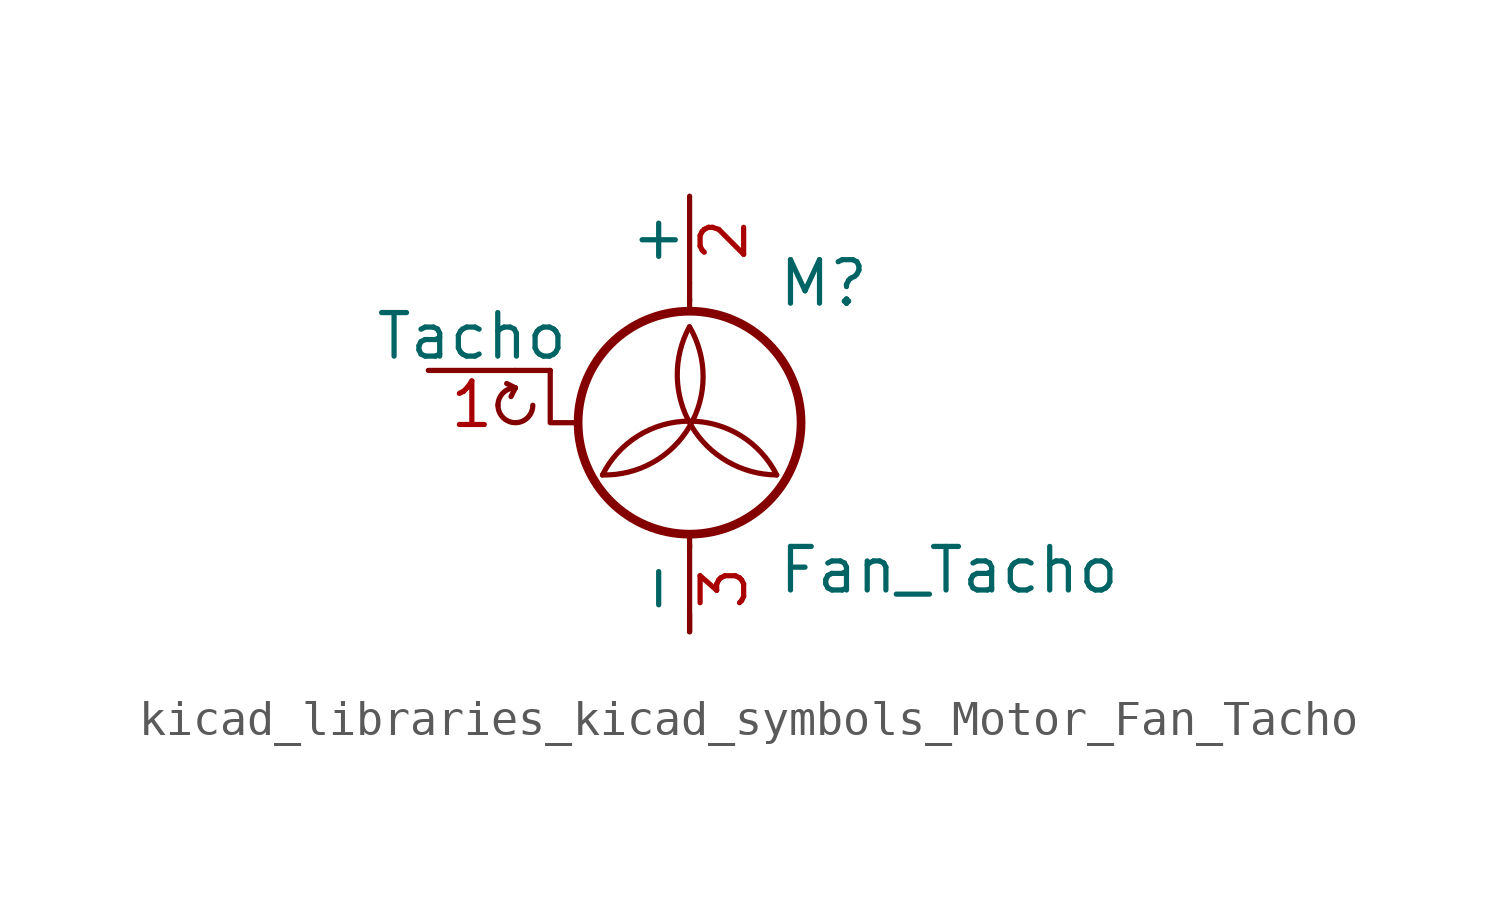
<source format=kicad_sym>
(kicad_symbol_lib
  (version 20220914)
  (generator kicad_symbol_editor)
  (symbol "kicad_libraries_kicad_symbols_Motor_Fan_Tacho"
    (pin_names
      (offset 0))
    (property "Reference" "M"
      (at 2.54 2.54 0)
      (effects (font (size 1.27 1.27)) (justify left)))
    (property "Value" "Fan_Tacho"
      (at 2.54 -5.08 0)
      (effects (font (size 1.27 1.27)) (justify left top)))
    (symbol "kicad_libraries_kicad_symbols_Motor_Fan_Tacho_0_0"
      (arc (start -5.588 -1.016) (mid -5.08 -1.5218) (end -4.572 -1.016) (stroke (width 0) (type default)) (fill (type none)))
      (arc (start -5.08 -0.508) (mid -5.4392 -0.6568) (end -5.588 -1.016) (stroke (width 0) (type default)) (fill (type none)))
      (polyline (pts (xy -5.08 -0.508) (xy -5.334 -0.381)) (stroke (width 0) (type default)) (fill (type none)))
      (polyline (pts (xy -5.08 -0.508) (xy -5.207 -0.762)) (stroke (width 0) (type default)) (fill (type none)))
      (polyline (pts (xy -4.064 0) (xy -4.064 -1.524) (xy -3.302 -1.524)) (stroke (width 0) (type default)) (fill (type none))))
    (symbol "kicad_libraries_kicad_symbols_Motor_Fan_Tacho_0_1"
      (arc (start -2.54 -3.048) (mid 0.0028 -1.6279) (end 0 1.27) (stroke (width 0) (type default)) (fill (type none)))
      (circle (center 0 -1.524) (radius 3.251) (stroke (width 0.254) (type default)) (fill (type none)))
      (polyline (pts (xy -4.064 0) (xy -5.08 0)) (stroke (width 0) (type default)) (fill (type none)))
      (polyline (pts (xy 0 -7.62) (xy 0 -7.112)) (stroke (width 0) (type default)) (fill (type none)))
      (polyline (pts (xy 0 -4.775) (xy 0 -5.182)) (stroke (width 0) (type default)) (fill (type none)))
      (polyline (pts (xy 0 1.727) (xy 0 2.083)) (stroke (width 0) (type default)) (fill (type none)))
      (polyline (pts (xy 0 2.032) (xy 0 2.54)) (stroke (width 0) (type default)) (fill (type none)))
      (arc (start 0 1.27) (mid 0.053 -1.619) (end 2.54 -3.048) (stroke (width 0) (type default)) (fill (type none)))
      (arc (start 2.54 -3.048) (mid 0 -1.4782) (end -2.54 -3.048) (stroke (width 0) (type default)) (fill (type none))))
    (symbol "kicad_libraries_kicad_symbols_Motor_Fan_Tacho_1_1"
      (pin passive line (at -7.62 0 0) (length 2.54) (name "Tacho" (effects (font (size 1.27 1.27)))) (number "1" (effects (font (size 1.27 1.27)))))
      (pin passive line (at 0 5.08 270) (length 2.54) (name "+" (effects (font (size 1.27 1.27)))) (number "2" (effects (font (size 1.27 1.27)))))
      (pin passive line (at 0 -7.62 90) (length 2.54) (name "-" (effects (font (size 1.27 1.27)))) (number "3" (effects (font (size 1.27 1.27))))))))
</source>
